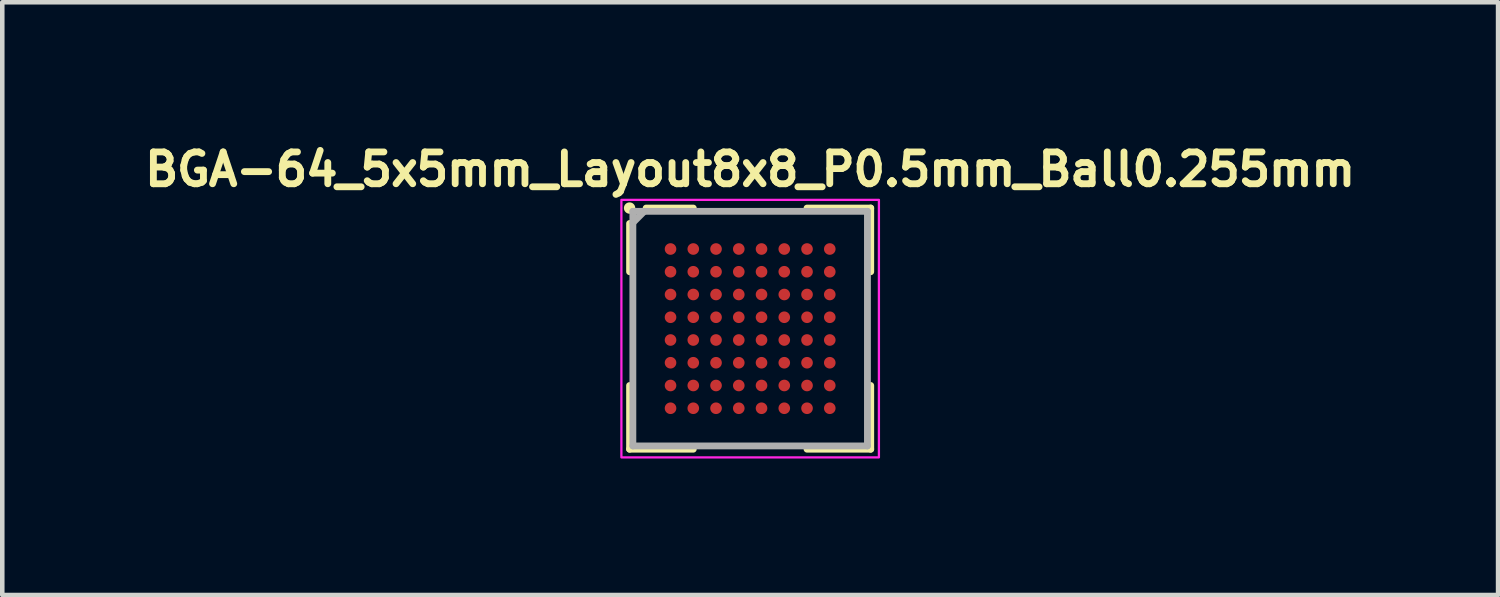
<source format=kicad_pcb>
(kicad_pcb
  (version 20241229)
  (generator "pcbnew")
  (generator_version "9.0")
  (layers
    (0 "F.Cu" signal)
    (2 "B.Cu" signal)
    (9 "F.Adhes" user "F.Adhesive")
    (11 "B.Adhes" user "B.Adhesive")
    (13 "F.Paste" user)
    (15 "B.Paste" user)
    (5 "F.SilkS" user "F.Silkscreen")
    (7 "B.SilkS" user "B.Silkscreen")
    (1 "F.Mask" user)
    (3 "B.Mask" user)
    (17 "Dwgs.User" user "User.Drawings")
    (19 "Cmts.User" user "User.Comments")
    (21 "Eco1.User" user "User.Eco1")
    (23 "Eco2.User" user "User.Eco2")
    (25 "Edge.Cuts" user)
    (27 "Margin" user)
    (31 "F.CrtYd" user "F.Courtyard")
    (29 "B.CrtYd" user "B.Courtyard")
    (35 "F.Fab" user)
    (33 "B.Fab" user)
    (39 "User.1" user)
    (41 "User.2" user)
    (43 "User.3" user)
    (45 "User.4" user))
  (footprint "BGA-64_5x5mm_Layout8x8_P0.5mm_Ball0.255mm"
    (layer "F.Cu")
    (at 13.438 4.173)
    (property "Reference" "BGA-64_5x5mm_Layout8x8_P0.5mm_Ball0.255mm" (at 0 -3.5 0) (layer "F.SilkS") (effects (font (size 0.7 0.7) (thickness 0.15))))
    (attr smd)
    (fp_line (start -2.65 -1.25) (end -2.65 -2.311) (stroke (width 0.15) (type solid)) (layer "F.SilkS"))
    (fp_line (start -2.65 2.65) (end -2.65 1.25) (stroke (width 0.15) (type solid)) (layer "F.SilkS"))
    (fp_line (start -2.286 -2.65) (end -1.25 -2.65) (stroke (width 0.15) (type solid)) (layer "F.SilkS"))
    (fp_line (start -1.25 2.65) (end -2.65 2.65) (stroke (width 0.15) (type solid)) (layer "F.SilkS"))
    (fp_line (start 1.25 -2.65) (end 2.65 -2.65) (stroke (width 0.15) (type solid)) (layer "F.SilkS"))
    (fp_line (start 2.65 -2.65) (end 2.65 -1.25) (stroke (width 0.15) (type solid)) (layer "F.SilkS"))
    (fp_line (start 2.65 1.25) (end 2.65 2.65) (stroke (width 0.15) (type solid)) (layer "F.SilkS"))
    (fp_line (start 2.65 2.65) (end 1.25 2.65) (stroke (width 0.15) (type solid)) (layer "F.SilkS"))
    (fp_circle (center -2.65 -2.65) (end -2.6 -2.65) (stroke (width 0.15) (type solid)) (fill yes) (layer "F.SilkS"))
    (fp_rect (start 2.83 2.83) (end -2.83 -2.83) (stroke (width 0.05) (type solid)) (fill no) (layer "F.CrtYd"))
    (fp_line (start -2.578 -2.578) (end -2.578 2.578) (stroke (width 0.15) (type solid)) (layer "F.Fab"))
    (fp_line (start -2.578 2.578) (end 2.578 2.578) (stroke (width 0.15) (type solid)) (layer "F.Fab"))
    (fp_line (start -2.328 -2.578) (end -2.578 -2.328) (stroke (width 0.15) (type solid)) (layer "F.Fab"))
    (fp_line (start 2.578 -2.578) (end -2.578 -2.578) (stroke (width 0.15) (type solid)) (layer "F.Fab"))
    (fp_line (start 2.578 2.578) (end 2.578 -2.578) (stroke (width 0.15) (type solid)) (layer "F.Fab"))
    (fp_rect (start -2.578 -2.578) (end 2.578 2.578) (stroke (width 0.1) (type solid)) (fill no) (layer "User.5"))
    (fp_line (start -2.578 -2.578) (end -2.578 2.578) (stroke (width 0.02) (type solid)) (layer "User.9"))
    (fp_line (start -2.578 2.578) (end 2.578 2.578) (stroke (width 0.02) (type solid)) (layer "User.9"))
    (fp_line (start -2.191 -2.062) (end -2.187 -2.031) (stroke (width 0.02) (type solid)) (layer "User.9"))
    (fp_line (start -2.187 -2.093) (end -2.191 -2.062) (stroke (width 0.02) (type solid)) (layer "User.9"))
    (fp_line (start -2.187 -2.031) (end -2.176 -2.002) (stroke (width 0.02) (type solid)) (layer "User.9"))
    (fp_line (start -2.176 -2.122) (end -2.187 -2.093) (stroke (width 0.02) (type solid)) (layer "User.9"))
    (fp_line (start -2.176 -2.002) (end -2.158 -1.977) (stroke (width 0.02) (type solid)) (layer "User.9"))
    (fp_line (start -2.158 -2.147) (end -2.176 -2.122) (stroke (width 0.02) (type solid)) (layer "User.9"))
    (fp_line (start -2.158 -1.977) (end -2.135 -1.956) (stroke (width 0.02) (type solid)) (layer "User.9"))
    (fp_line (start -2.135 -2.168) (end -2.158 -2.147) (stroke (width 0.02) (type solid)) (layer "User.9"))
    (fp_line (start -2.135 -1.956) (end -2.108 -1.941) (stroke (width 0.02) (type solid)) (layer "User.9"))
    (fp_line (start -2.108 -2.183) (end -2.135 -2.168) (stroke (width 0.02) (type solid)) (layer "User.9"))
    (fp_line (start -2.108 -1.941) (end -2.078 -1.934) (stroke (width 0.02) (type solid)) (layer "User.9"))
    (fp_line (start -2.078 -2.19) (end -2.108 -2.183) (stroke (width 0.02) (type solid)) (layer "User.9"))
    (fp_line (start -2.078 -1.934) (end -2.046 -1.934) (stroke (width 0.02) (type solid)) (layer "User.9"))
    (fp_line (start -2.046 -2.19) (end -2.078 -2.19) (stroke (width 0.02) (type solid)) (layer "User.9"))
    (fp_line (start -2.046 -1.934) (end -2.016 -1.941) (stroke (width 0.02) (type solid)) (layer "User.9"))
    (fp_line (start -2.016 -2.183) (end -2.046 -2.19) (stroke (width 0.02) (type solid)) (layer "User.9"))
    (fp_line (start -2.016 -1.941) (end -1.989 -1.956) (stroke (width 0.02) (type solid)) (layer "User.9"))
    (fp_line (start -1.989 -2.168) (end -2.016 -2.183) (stroke (width 0.02) (type solid)) (layer "User.9"))
    (fp_line (start -1.989 -1.956) (end -1.966 -1.977) (stroke (width 0.02) (type solid)) (layer "User.9"))
    (fp_line (start -1.966 -2.147) (end -1.989 -2.168) (stroke (width 0.02) (type solid)) (layer "User.9"))
    (fp_line (start -1.966 -1.977) (end -1.948 -2.002) (stroke (width 0.02) (type solid)) (layer "User.9"))
    (fp_line (start -1.948 -2.122) (end -1.966 -2.147) (stroke (width 0.02) (type solid)) (layer "User.9"))
    (fp_line (start -1.948 -2.002) (end -1.937 -2.031) (stroke (width 0.02) (type solid)) (layer "User.9"))
    (fp_line (start -1.937 -2.093) (end -1.948 -2.122) (stroke (width 0.02) (type solid)) (layer "User.9"))
    (fp_line (start -1.937 -2.031) (end -1.933 -2.062) (stroke (width 0.02) (type solid)) (layer "User.9"))
    (fp_line (start -1.933 -2.062) (end -1.937 -2.093) (stroke (width 0.02) (type solid)) (layer "User.9"))
    (fp_line (start 2.578 -2.578) (end -2.578 -2.578) (stroke (width 0.02) (type solid)) (layer "User.9"))
    (fp_line (start 2.578 2.578) (end 2.578 -2.578) (stroke (width 0.02) (type solid)) (layer "User.9"))
    (pad "A1" smd circle (at -1.75 -1.75) (size 0.255 0.255) (layers "F.Cu" "F.Mask" "F.Paste"))
    (pad "A2" smd circle (at -1.25 -1.75) (size 0.255 0.255) (layers "F.Cu" "F.Mask" "F.Paste"))
    (pad "A3" smd circle (at -0.75 -1.75) (size 0.255 0.255) (layers "F.Cu" "F.Mask" "F.Paste"))
    (pad "A4" smd circle (at -0.25 -1.75) (size 0.255 0.255) (layers "F.Cu" "F.Mask" "F.Paste"))
    (pad "A5" smd circle (at 0.25 -1.75) (size 0.255 0.255) (layers "F.Cu" "F.Mask" "F.Paste"))
    (pad "A6" smd circle (at 0.75 -1.75) (size 0.255 0.255) (layers "F.Cu" "F.Mask" "F.Paste"))
    (pad "A7" smd circle (at 1.25 -1.75) (size 0.255 0.255) (layers "F.Cu" "F.Mask" "F.Paste"))
    (pad "A8" smd circle (at 1.75 -1.75) (size 0.255 0.255) (layers "F.Cu" "F.Mask" "F.Paste"))
    (pad "B1" smd circle (at -1.75 -1.25) (size 0.255 0.255) (layers "F.Cu" "F.Mask" "F.Paste"))
    (pad "B2" smd circle (at -1.25 -1.25) (size 0.255 0.255) (layers "F.Cu" "F.Mask" "F.Paste"))
    (pad "B3" smd circle (at -0.75 -1.25) (size 0.255 0.255) (layers "F.Cu" "F.Mask" "F.Paste"))
    (pad "B4" smd circle (at -0.25 -1.25) (size 0.255 0.255) (layers "F.Cu" "F.Mask" "F.Paste"))
    (pad "B5" smd circle (at 0.25 -1.25) (size 0.255 0.255) (layers "F.Cu" "F.Mask" "F.Paste"))
    (pad "B6" smd circle (at 0.75 -1.25) (size 0.255 0.255) (layers "F.Cu" "F.Mask" "F.Paste"))
    (pad "B7" smd circle (at 1.25 -1.25) (size 0.255 0.255) (layers "F.Cu" "F.Mask" "F.Paste"))
    (pad "B8" smd circle (at 1.75 -1.25) (size 0.255 0.255) (layers "F.Cu" "F.Mask" "F.Paste"))
    (pad "C1" smd circle (at -1.75 -0.75) (size 0.255 0.255) (layers "F.Cu" "F.Mask" "F.Paste"))
    (pad "C2" smd circle (at -1.25 -0.75) (size 0.255 0.255) (layers "F.Cu" "F.Mask" "F.Paste"))
    (pad "C3" smd circle (at -0.75 -0.75) (size 0.255 0.255) (layers "F.Cu" "F.Mask" "F.Paste"))
    (pad "C4" smd circle (at -0.25 -0.75) (size 0.255 0.255) (layers "F.Cu" "F.Mask" "F.Paste"))
    (pad "C5" smd circle (at 0.25 -0.75) (size 0.255 0.255) (layers "F.Cu" "F.Mask" "F.Paste"))
    (pad "C6" smd circle (at 0.75 -0.75) (size 0.255 0.255) (layers "F.Cu" "F.Mask" "F.Paste"))
    (pad "C7" smd circle (at 1.25 -0.75) (size 0.255 0.255) (layers "F.Cu" "F.Mask" "F.Paste"))
    (pad "C8" smd circle (at 1.75 -0.75) (size 0.255 0.255) (layers "F.Cu" "F.Mask" "F.Paste"))
    (pad "D1" smd circle (at -1.75 -0.25) (size 0.255 0.255) (layers "F.Cu" "F.Mask" "F.Paste"))
    (pad "D2" smd circle (at -1.25 -0.25) (size 0.255 0.255) (layers "F.Cu" "F.Mask" "F.Paste"))
    (pad "D3" smd circle (at -0.75 -0.25) (size 0.255 0.255) (layers "F.Cu" "F.Mask" "F.Paste"))
    (pad "D4" smd circle (at -0.25 -0.25) (size 0.255 0.255) (layers "F.Cu" "F.Mask" "F.Paste"))
    (pad "D5" smd circle (at 0.25 -0.25) (size 0.255 0.255) (layers "F.Cu" "F.Mask" "F.Paste"))
    (pad "D6" smd circle (at 0.75 -0.25) (size 0.255 0.255) (layers "F.Cu" "F.Mask" "F.Paste"))
    (pad "D7" smd circle (at 1.25 -0.25) (size 0.255 0.255) (layers "F.Cu" "F.Mask" "F.Paste"))
    (pad "D8" smd circle (at 1.75 -0.25) (size 0.255 0.255) (layers "F.Cu" "F.Mask" "F.Paste"))
    (pad "E1" smd circle (at -1.75 0.25) (size 0.255 0.255) (layers "F.Cu" "F.Mask" "F.Paste"))
    (pad "E2" smd circle (at -1.25 0.25) (size 0.255 0.255) (layers "F.Cu" "F.Mask" "F.Paste"))
    (pad "E3" smd circle (at -0.75 0.25) (size 0.255 0.255) (layers "F.Cu" "F.Mask" "F.Paste"))
    (pad "E4" smd circle (at -0.25 0.25) (size 0.255 0.255) (layers "F.Cu" "F.Mask" "F.Paste"))
    (pad "E5" smd circle (at 0.25 0.25) (size 0.255 0.255) (layers "F.Cu" "F.Mask" "F.Paste"))
    (pad "E6" smd circle (at 0.75 0.25) (size 0.255 0.255) (layers "F.Cu" "F.Mask" "F.Paste"))
    (pad "E7" smd circle (at 1.25 0.25) (size 0.255 0.255) (layers "F.Cu" "F.Mask" "F.Paste"))
    (pad "E8" smd circle (at 1.75 0.25) (size 0.255 0.255) (layers "F.Cu" "F.Mask" "F.Paste"))
    (pad "F1" smd circle (at -1.75 0.75) (size 0.255 0.255) (layers "F.Cu" "F.Mask" "F.Paste"))
    (pad "F2" smd circle (at -1.25 0.75) (size 0.255 0.255) (layers "F.Cu" "F.Mask" "F.Paste"))
    (pad "F3" smd circle (at -0.75 0.75) (size 0.255 0.255) (layers "F.Cu" "F.Mask" "F.Paste"))
    (pad "F4" smd circle (at -0.25 0.75) (size 0.255 0.255) (layers "F.Cu" "F.Mask" "F.Paste"))
    (pad "F5" smd circle (at 0.25 0.75) (size 0.255 0.255) (layers "F.Cu" "F.Mask" "F.Paste"))
    (pad "F6" smd circle (at 0.75 0.75) (size 0.255 0.255) (layers "F.Cu" "F.Mask" "F.Paste"))
    (pad "F7" smd circle (at 1.25 0.75) (size 0.255 0.255) (layers "F.Cu" "F.Mask" "F.Paste"))
    (pad "F8" smd circle (at 1.75 0.75) (size 0.255 0.255) (layers "F.Cu" "F.Mask" "F.Paste"))
    (pad "G1" smd circle (at -1.75 1.25) (size 0.255 0.255) (layers "F.Cu" "F.Mask" "F.Paste"))
    (pad "G2" smd circle (at -1.25 1.25) (size 0.255 0.255) (layers "F.Cu" "F.Mask" "F.Paste"))
    (pad "G3" smd circle (at -0.75 1.25) (size 0.255 0.255) (layers "F.Cu" "F.Mask" "F.Paste"))
    (pad "G4" smd circle (at -0.25 1.25) (size 0.255 0.255) (layers "F.Cu" "F.Mask" "F.Paste"))
    (pad "G5" smd circle (at 0.25 1.25) (size 0.255 0.255) (layers "F.Cu" "F.Mask" "F.Paste"))
    (pad "G6" smd circle (at 0.75 1.25) (size 0.255 0.255) (layers "F.Cu" "F.Mask" "F.Paste"))
    (pad "G7" smd circle (at 1.25 1.25) (size 0.255 0.255) (layers "F.Cu" "F.Mask" "F.Paste"))
    (pad "G8" smd circle (at 1.75 1.25) (size 0.255 0.255) (layers "F.Cu" "F.Mask" "F.Paste"))
    (pad "H1" smd circle (at -1.75 1.75) (size 0.255 0.255) (layers "F.Cu" "F.Mask" "F.Paste"))
    (pad "H2" smd circle (at -1.25 1.75) (size 0.255 0.255) (layers "F.Cu" "F.Mask" "F.Paste"))
    (pad "H3" smd circle (at -0.75 1.75) (size 0.255 0.255) (layers "F.Cu" "F.Mask" "F.Paste"))
    (pad "H4" smd circle (at -0.25 1.75) (size 0.255 0.255) (layers "F.Cu" "F.Mask" "F.Paste"))
    (pad "H5" smd circle (at 0.25 1.75) (size 0.255 0.255) (layers "F.Cu" "F.Mask" "F.Paste"))
    (pad "H6" smd circle (at 0.75 1.75) (size 0.255 0.255) (layers "F.Cu" "F.Mask" "F.Paste"))
    (pad "H7" smd circle (at 1.25 1.75) (size 0.255 0.255) (layers "F.Cu" "F.Mask" "F.Paste"))
    (pad "H8" smd circle (at 1.75 1.75) (size 0.255 0.255) (layers "F.Cu" "F.Mask" "F.Paste")))
  (gr_rect
    (start -3 -3)
    (end 29.877 10.028)
    (stroke (width 0.1) (type default))
    (fill no)
    (layer "Edge.Cuts")))
</source>
